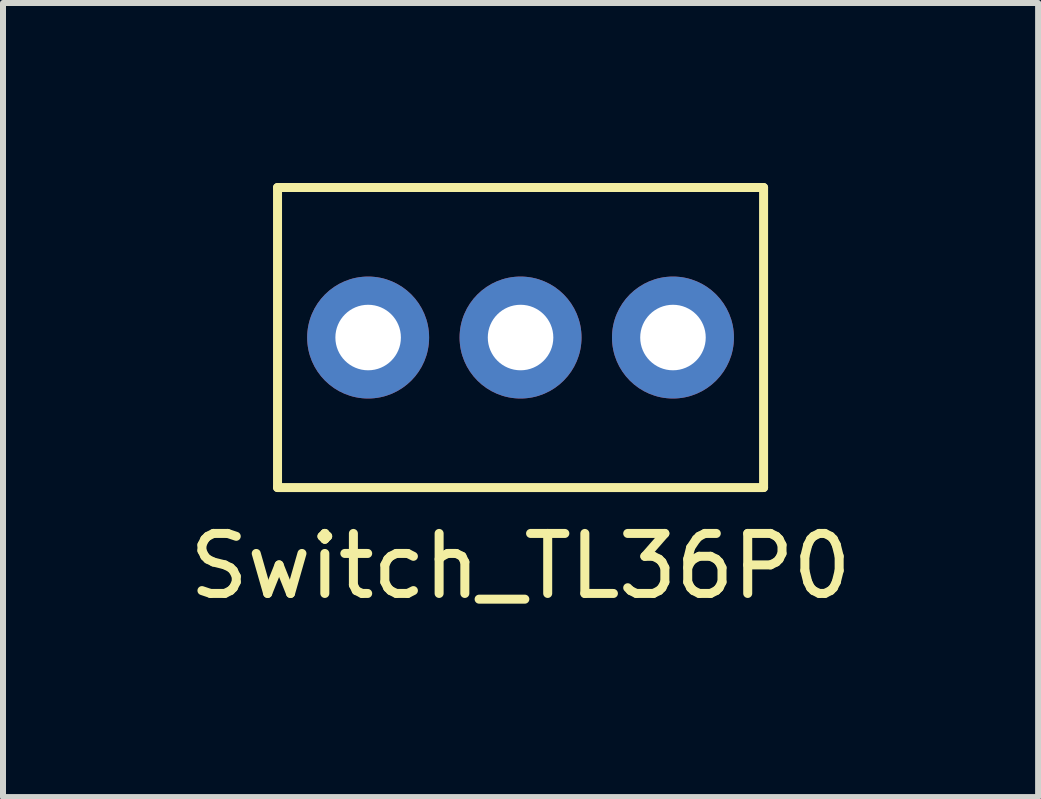
<source format=kicad_pcb>
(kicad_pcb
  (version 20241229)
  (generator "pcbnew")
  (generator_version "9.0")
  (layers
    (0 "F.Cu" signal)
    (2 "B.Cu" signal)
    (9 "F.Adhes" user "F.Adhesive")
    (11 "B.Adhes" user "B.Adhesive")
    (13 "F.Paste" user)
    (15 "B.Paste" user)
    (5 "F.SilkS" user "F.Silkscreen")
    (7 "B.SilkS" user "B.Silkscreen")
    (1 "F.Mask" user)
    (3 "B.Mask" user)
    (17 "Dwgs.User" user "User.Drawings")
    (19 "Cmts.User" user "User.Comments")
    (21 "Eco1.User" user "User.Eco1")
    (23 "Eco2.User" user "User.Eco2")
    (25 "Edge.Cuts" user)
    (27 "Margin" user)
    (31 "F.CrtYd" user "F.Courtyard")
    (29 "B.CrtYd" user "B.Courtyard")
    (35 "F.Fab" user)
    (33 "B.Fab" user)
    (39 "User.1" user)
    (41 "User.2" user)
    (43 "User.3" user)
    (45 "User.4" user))
  (footprint "Switch_TL36P0"
    (layer "F.Cu")
    (at 5.625 2.575)
    (property "Reference" "Switch_TL36P0" (at 0 3.81 0) (layer "F.SilkS") (effects (font (size 1 1) (thickness 0.15))))
    (attr through_hole)
    (fp_line (start -4.05 -2.5) (end -4.05 2.5) (stroke (width 0.15) (type solid)) (layer "F.SilkS"))
    (fp_line (start -4.05 -2.5) (end 4.05 -2.5) (stroke (width 0.15) (type solid)) (layer "F.SilkS"))
    (fp_line (start -4.05 2.5) (end 4.05 2.5) (stroke (width 0.15) (type solid)) (layer "F.SilkS"))
    (fp_line (start 4.05 -2.5) (end 4.05 2.5) (stroke (width 0.15) (type solid)) (layer "F.SilkS"))
    (pad "1" thru_hole circle (at -2.54 0) (size 2.032 2.032) (drill 1.092) (layers "*.Cu" "*.Mask"))
    (pad "2" thru_hole circle (at 0 0) (size 2.032 2.032) (drill 1.092) (layers "*.Cu" "*.Mask"))
    (pad "3" thru_hole circle (at 2.54 0) (size 2.032 2.032) (drill 1.092) (layers "*.Cu" "*.Mask")))
  (gr_rect
    (start -3 -3)
    (end 14.25 10.233)
    (stroke (width 0.1) (type default))
    (fill no)
    (layer "Edge.Cuts")))
</source>
